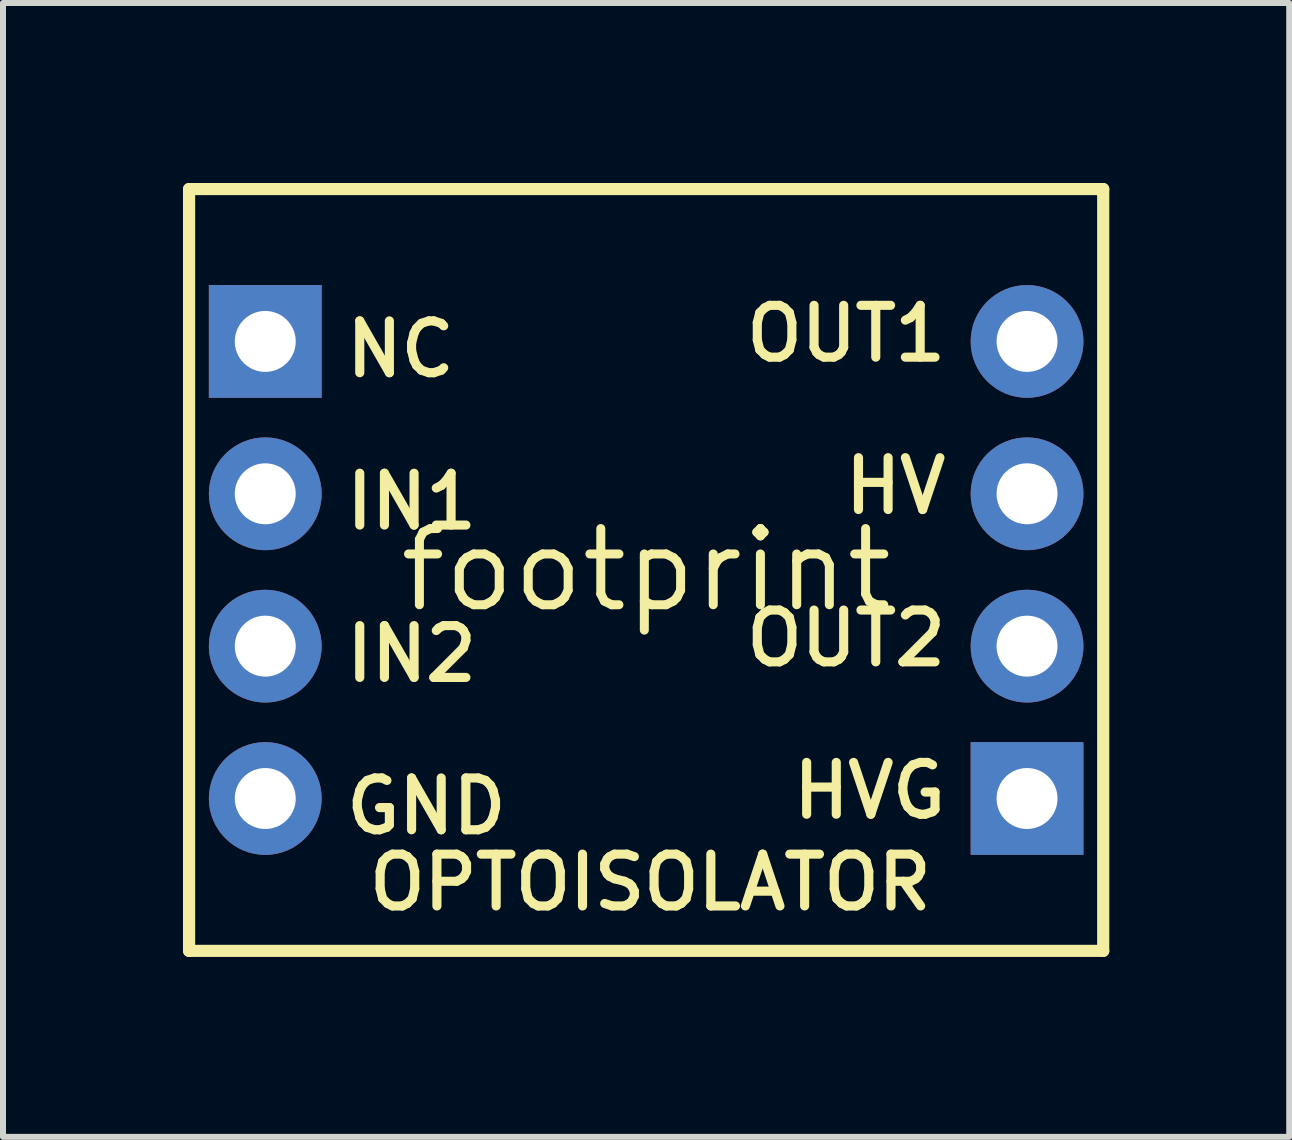
<source format=kicad_pcb>
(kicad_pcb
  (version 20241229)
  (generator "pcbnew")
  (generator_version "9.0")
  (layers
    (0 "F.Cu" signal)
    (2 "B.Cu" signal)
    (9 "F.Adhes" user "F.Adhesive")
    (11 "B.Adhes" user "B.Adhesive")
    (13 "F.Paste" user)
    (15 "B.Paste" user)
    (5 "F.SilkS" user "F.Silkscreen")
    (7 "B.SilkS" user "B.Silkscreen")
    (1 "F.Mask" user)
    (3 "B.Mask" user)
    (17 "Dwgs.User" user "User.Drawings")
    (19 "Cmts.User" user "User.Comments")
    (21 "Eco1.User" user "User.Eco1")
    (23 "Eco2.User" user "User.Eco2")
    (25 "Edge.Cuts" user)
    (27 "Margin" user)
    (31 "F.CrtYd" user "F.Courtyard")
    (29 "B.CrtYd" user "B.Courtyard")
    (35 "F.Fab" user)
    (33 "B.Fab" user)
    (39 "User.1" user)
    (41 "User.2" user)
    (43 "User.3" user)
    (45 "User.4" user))
  (footprint "footprint"
    (layer "F.Cu")
    (at 7.722 6.452)
    (property "Reference" "footprint" (at 0 0 0) (layer "F.SilkS") (effects (font (size 1.27 1.27) (thickness 0.15))))
    (fp_line (start -7.62 -6.35) (end -7.62 6.35) (stroke (width 0.203) (type solid)) (layer "F.SilkS"))
    (fp_line (start -7.62 6.35) (end 7.62 6.35) (stroke (width 0.203) (type solid)) (layer "F.SilkS"))
    (fp_line (start 7.62 -6.35) (end -7.62 -6.35) (stroke (width 0.203) (type solid)) (layer "F.SilkS"))
    (fp_line (start 7.62 6.35) (end 7.62 -6.35) (stroke (width 0.203) (type solid)) (layer "F.SilkS"))
    (fp_text user "OUT2" (at 5.08 0.635 0) (layer "F.SilkS") (effects (font (size 0.864 0.864) (thickness 0.152)) (justify right top)))
    (fp_text user "OPTOISOLATOR" (at -4.699 5.715 0) (layer "F.SilkS") (effects (font (size 0.864 0.864) (thickness 0.152)) (justify left bottom)))
    (fp_text user "HVG" (at 5.08 3.175 0) (layer "F.SilkS") (effects (font (size 0.864 0.864) (thickness 0.152)) (justify right top)))
    (fp_text user "GND" (at -5.08 4.445 0) (layer "F.SilkS") (effects (font (size 0.864 0.864) (thickness 0.152)) (justify left bottom)))
    (fp_text user "NC" (at -5.08 -3.175 0) (layer "F.SilkS") (effects (font (size 0.864 0.864) (thickness 0.152)) (justify left bottom)))
    (fp_text user "OUT1" (at 5.08 -4.445 0) (layer "F.SilkS") (effects (font (size 0.864 0.864) (thickness 0.152)) (justify right top)))
    (fp_text user "IN1" (at -5.08 -0.635 0) (layer "F.SilkS") (effects (font (size 0.864 0.864) (thickness 0.152)) (justify left bottom)))
    (fp_text user "IN2" (at -5.08 1.905 0) (layer "F.SilkS") (effects (font (size 0.864 0.864) (thickness 0.152)) (justify left bottom)))
    (fp_text user "HV" (at 5.08 -1.905 0) (layer "F.SilkS") (effects (font (size 0.864 0.864) (thickness 0.152)) (justify right top)))
    (pad "GND" thru_hole circle (at -6.35 3.81) (size 1.88 1.88) (drill 1.016) (layers "*.Cu" "*.Mask"))
    (pad "HV" thru_hole circle (at 6.35 -1.27) (size 1.88 1.88) (drill 1.016) (layers "*.Cu" "*.Mask"))
    (pad "HVG" thru_hole rect (at 6.35 3.81) (size 1.88 1.88) (drill 1.016) (layers "*.Cu" "*.Mask"))
    (pad "IN1" thru_hole circle (at -6.35 -1.27) (size 1.88 1.88) (drill 1.016) (layers "*.Cu" "*.Mask"))
    (pad "IN2" thru_hole circle (at -6.35 1.27) (size 1.88 1.88) (drill 1.016) (layers "*.Cu" "*.Mask"))
    (pad "NC" thru_hole rect (at -6.35 -3.81) (size 1.88 1.88) (drill 1.016) (layers "*.Cu" "*.Mask"))
    (pad "OUT1" thru_hole circle (at 6.35 -3.81) (size 1.88 1.88) (drill 1.016) (layers "*.Cu" "*.Mask"))
    (pad "OUT2" thru_hole circle (at 6.35 1.27) (size 1.88 1.88) (drill 1.016) (layers "*.Cu" "*.Mask")))
  (gr_rect
    (start -3 -3)
    (end 18.443 15.903)
    (stroke (width 0.1) (type default))
    (fill no)
    (layer "Edge.Cuts")))
</source>
